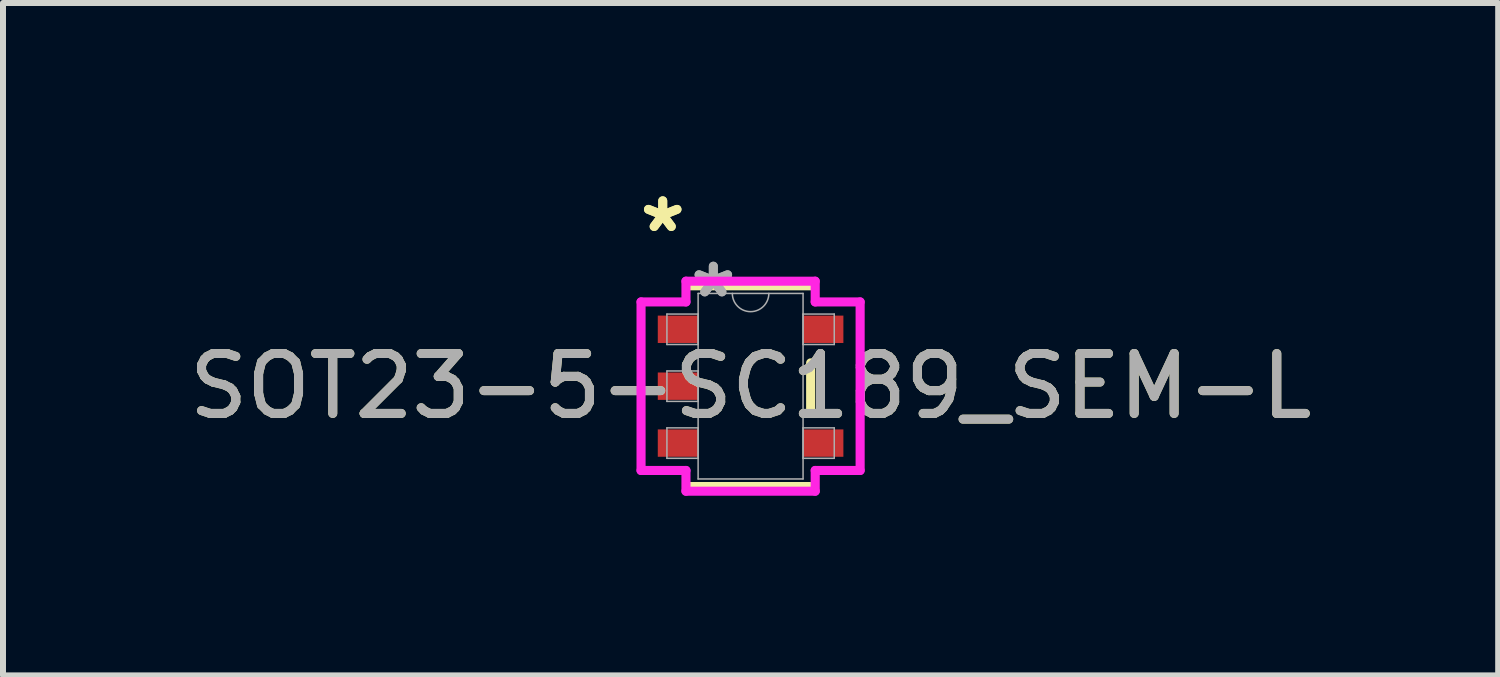
<source format=kicad_pcb>
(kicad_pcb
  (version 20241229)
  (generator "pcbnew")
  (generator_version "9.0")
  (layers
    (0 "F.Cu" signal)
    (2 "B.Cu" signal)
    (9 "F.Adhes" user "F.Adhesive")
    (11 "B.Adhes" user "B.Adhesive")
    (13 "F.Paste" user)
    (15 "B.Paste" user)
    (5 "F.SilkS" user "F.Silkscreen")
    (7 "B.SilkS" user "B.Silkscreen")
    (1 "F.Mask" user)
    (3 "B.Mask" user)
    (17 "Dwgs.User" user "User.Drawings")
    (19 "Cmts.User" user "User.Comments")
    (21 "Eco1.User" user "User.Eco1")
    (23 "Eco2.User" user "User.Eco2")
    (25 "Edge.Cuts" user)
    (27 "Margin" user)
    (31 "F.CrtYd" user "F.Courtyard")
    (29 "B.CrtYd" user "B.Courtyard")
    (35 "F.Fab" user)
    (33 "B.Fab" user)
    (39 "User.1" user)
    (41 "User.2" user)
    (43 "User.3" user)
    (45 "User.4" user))
  (footprint "SOT23-5-SC189_SEM-L"
    (layer "F.Cu")
    (at 9.482 3.398)
    (property "Reference" "SOT23-5-SC189_SEM-L" (at 0 0 0) (unlocked yes) (layer "F.SilkS") (effects (font (size 1 1) (thickness 0.15))))
    (attr smd)
    (fp_line (start -1.003 1.676) (end 1.003 1.676) (stroke (width 0.152) (type solid)) (layer "F.SilkS"))
    (fp_line (start 1.003 -1.676) (end -1.003 -1.676) (stroke (width 0.152) (type solid)) (layer "F.SilkS"))
    (fp_line (start 1.003 0.389) (end 1.003 -0.389) (stroke (width 0.152) (type solid)) (layer "F.SilkS"))
    (fp_line (start -1.829 -1.407) (end -1.079 -1.407) (stroke (width 0.152) (type solid)) (layer "F.CrtYd"))
    (fp_line (start -1.829 1.407) (end -1.829 -1.407) (stroke (width 0.152) (type solid)) (layer "F.CrtYd"))
    (fp_line (start -1.079 -1.753) (end 1.079 -1.753) (stroke (width 0.152) (type solid)) (layer "F.CrtYd"))
    (fp_line (start -1.079 -1.407) (end -1.079 -1.753) (stroke (width 0.152) (type solid)) (layer "F.CrtYd"))
    (fp_line (start -1.079 1.407) (end -1.829 1.407) (stroke (width 0.152) (type solid)) (layer "F.CrtYd"))
    (fp_line (start -1.079 1.753) (end -1.079 1.407) (stroke (width 0.152) (type solid)) (layer "F.CrtYd"))
    (fp_line (start 1.079 -1.753) (end 1.079 -1.407) (stroke (width 0.152) (type solid)) (layer "F.CrtYd"))
    (fp_line (start 1.079 -1.407) (end 1.829 -1.407) (stroke (width 0.152) (type solid)) (layer "F.CrtYd"))
    (fp_line (start 1.079 1.407) (end 1.079 1.753) (stroke (width 0.152) (type solid)) (layer "F.CrtYd"))
    (fp_line (start 1.079 1.753) (end -1.079 1.753) (stroke (width 0.152) (type solid)) (layer "F.CrtYd"))
    (fp_line (start 1.829 -1.407) (end 1.829 1.407) (stroke (width 0.152) (type solid)) (layer "F.CrtYd"))
    (fp_line (start 1.829 1.407) (end 1.079 1.407) (stroke (width 0.152) (type solid)) (layer "F.CrtYd"))
    (fp_line (start -1.397 -1.204) (end -1.397 -0.696) (stroke (width 0.025) (type solid)) (layer "F.Fab"))
    (fp_line (start -1.397 -0.696) (end -0.876 -0.696) (stroke (width 0.025) (type solid)) (layer "F.Fab"))
    (fp_line (start -1.397 -0.254) (end -1.397 0.254) (stroke (width 0.025) (type solid)) (layer "F.Fab"))
    (fp_line (start -1.397 0.254) (end -0.876 0.254) (stroke (width 0.025) (type solid)) (layer "F.Fab"))
    (fp_line (start -1.397 0.696) (end -1.397 1.204) (stroke (width 0.025) (type solid)) (layer "F.Fab"))
    (fp_line (start -1.397 1.204) (end -0.876 1.204) (stroke (width 0.025) (type solid)) (layer "F.Fab"))
    (fp_line (start -0.876 -1.549) (end -0.876 1.549) (stroke (width 0.025) (type solid)) (layer "F.Fab"))
    (fp_line (start -0.876 -1.204) (end -1.397 -1.204) (stroke (width 0.025) (type solid)) (layer "F.Fab"))
    (fp_line (start -0.876 -0.696) (end -0.876 -1.204) (stroke (width 0.025) (type solid)) (layer "F.Fab"))
    (fp_line (start -0.876 -0.254) (end -1.397 -0.254) (stroke (width 0.025) (type solid)) (layer "F.Fab"))
    (fp_line (start -0.876 0.254) (end -0.876 -0.254) (stroke (width 0.025) (type solid)) (layer "F.Fab"))
    (fp_line (start -0.876 0.696) (end -1.397 0.696) (stroke (width 0.025) (type solid)) (layer "F.Fab"))
    (fp_line (start -0.876 1.204) (end -0.876 0.696) (stroke (width 0.025) (type solid)) (layer "F.Fab"))
    (fp_line (start -0.876 1.549) (end 0.876 1.549) (stroke (width 0.025) (type solid)) (layer "F.Fab"))
    (fp_line (start 0.876 -1.549) (end -0.876 -1.549) (stroke (width 0.025) (type solid)) (layer "F.Fab"))
    (fp_line (start 0.876 -1.204) (end 0.876 -0.696) (stroke (width 0.025) (type solid)) (layer "F.Fab"))
    (fp_line (start 0.876 -0.696) (end 1.397 -0.696) (stroke (width 0.025) (type solid)) (layer "F.Fab"))
    (fp_line (start 0.876 0.696) (end 0.876 1.204) (stroke (width 0.025) (type solid)) (layer "F.Fab"))
    (fp_line (start 0.876 1.204) (end 1.397 1.204) (stroke (width 0.025) (type solid)) (layer "F.Fab"))
    (fp_line (start 0.876 1.549) (end 0.876 -1.549) (stroke (width 0.025) (type solid)) (layer "F.Fab"))
    (fp_line (start 1.397 -1.204) (end 0.876 -1.204) (stroke (width 0.025) (type solid)) (layer "F.Fab"))
    (fp_line (start 1.397 -0.696) (end 1.397 -1.204) (stroke (width 0.025) (type solid)) (layer "F.Fab"))
    (fp_line (start 1.397 0.696) (end 0.876 0.696) (stroke (width 0.025) (type solid)) (layer "F.Fab"))
    (fp_line (start 1.397 1.204) (end 1.397 0.696) (stroke (width 0.025) (type solid)) (layer "F.Fab"))
    (fp_arc (start 0.3048 -1.5494) (mid 0 -1.2446) (end -0.3048 -1.5494) (stroke (width 0.0254) (type solid)) (layer "F.Fab"))
    (fp_text user "*" (at -1.467 -2.55 0) (layer "F.SilkS") (effects (font (size 1 1) (thickness 0.15))))
    (fp_text user "*" (at -1.467 -2.55 0) (unlocked yes) (layer "F.SilkS") (effects (font (size 1 1) (thickness 0.15))))
    (fp_text user "${REFERENCE}" (at 0 0 0) (unlocked yes) (layer "F.Fab") (effects (font (size 1 1) (thickness 0.15))))
    (fp_text user "*" (at -0.622 -1.458 0) (unlocked yes) (layer "F.Fab") (effects (font (size 1 1) (thickness 0.15))))
    (fp_text user "*" (at -0.622 -1.458 0) (layer "F.Fab") (effects (font (size 1 1) (thickness 0.15))))
    (pad "1" smd rect (at -1.213 -0.95) (size 0.673 0.457) (layers "F.Cu" "F.Mask" "F.Paste"))
    (pad "2" smd rect (at -1.213 0) (size 0.673 0.457) (layers "F.Cu" "F.Mask" "F.Paste"))
    (pad "3" smd rect (at -1.213 0.95) (size 0.673 0.457) (layers "F.Cu" "F.Mask" "F.Paste"))
    (pad "4" smd rect (at 1.213 0.95) (size 0.673 0.457) (layers "F.Cu" "F.Mask" "F.Paste"))
    (pad "5" smd rect (at 1.213 -0.95) (size 0.673 0.457) (layers "F.Cu" "F.Mask" "F.Paste")))
  (gr_rect
    (start -3 -3)
    (end 21.964 8.227)
    (stroke (width 0.1) (type default))
    (fill no)
    (layer "Edge.Cuts")))
</source>
